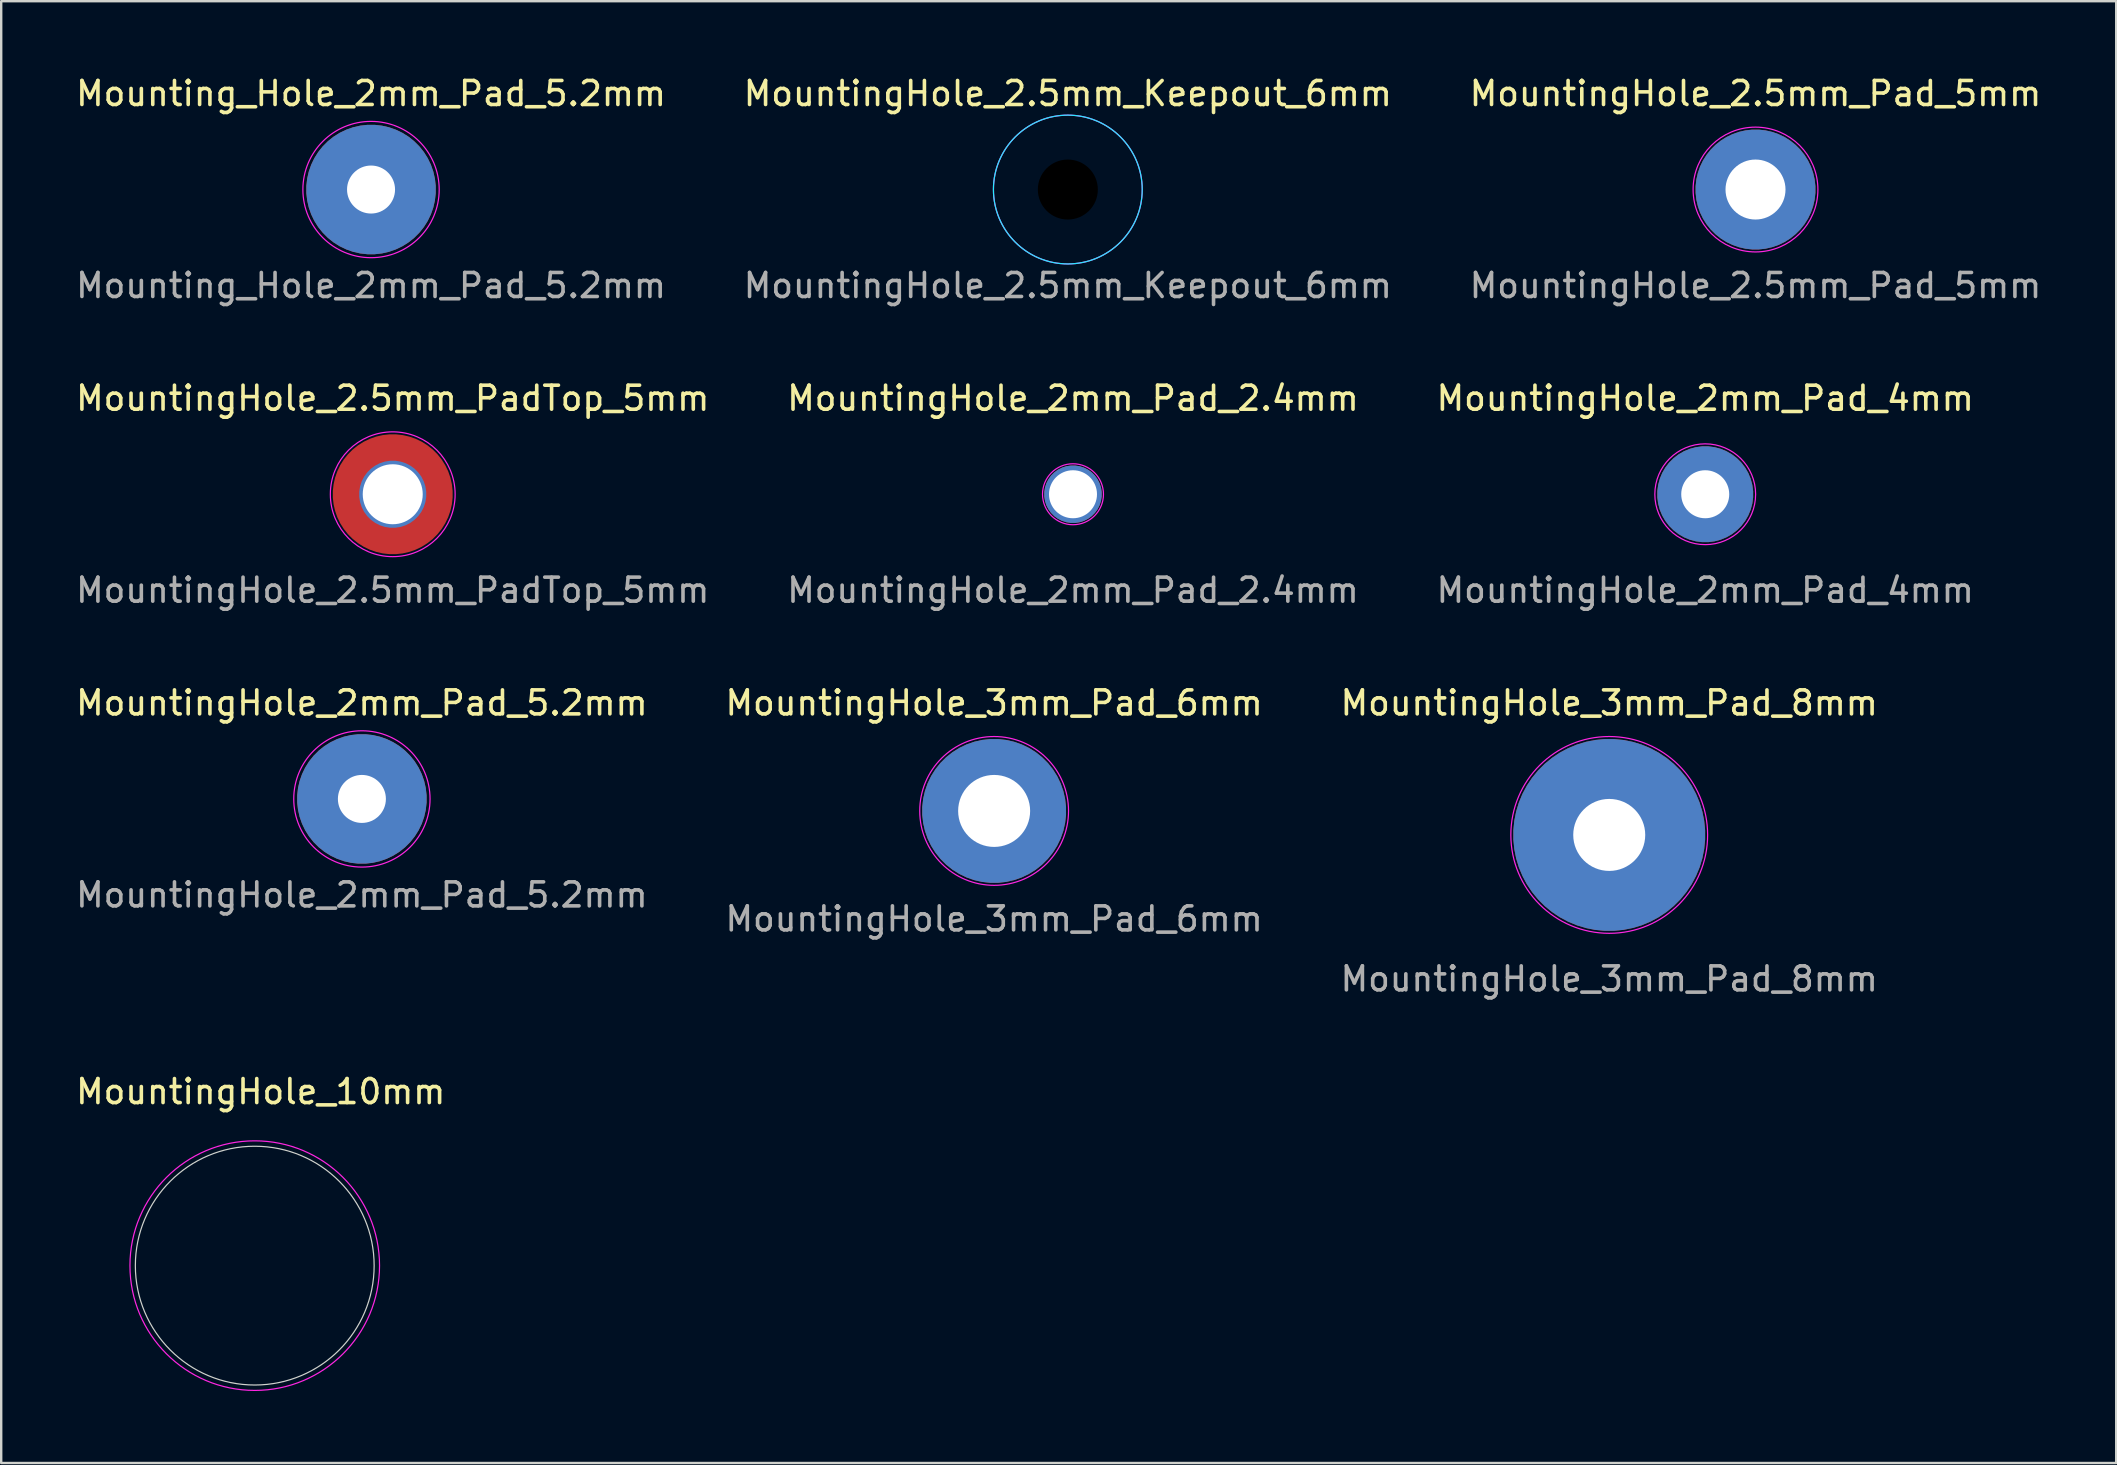
<source format=kicad_pcb>
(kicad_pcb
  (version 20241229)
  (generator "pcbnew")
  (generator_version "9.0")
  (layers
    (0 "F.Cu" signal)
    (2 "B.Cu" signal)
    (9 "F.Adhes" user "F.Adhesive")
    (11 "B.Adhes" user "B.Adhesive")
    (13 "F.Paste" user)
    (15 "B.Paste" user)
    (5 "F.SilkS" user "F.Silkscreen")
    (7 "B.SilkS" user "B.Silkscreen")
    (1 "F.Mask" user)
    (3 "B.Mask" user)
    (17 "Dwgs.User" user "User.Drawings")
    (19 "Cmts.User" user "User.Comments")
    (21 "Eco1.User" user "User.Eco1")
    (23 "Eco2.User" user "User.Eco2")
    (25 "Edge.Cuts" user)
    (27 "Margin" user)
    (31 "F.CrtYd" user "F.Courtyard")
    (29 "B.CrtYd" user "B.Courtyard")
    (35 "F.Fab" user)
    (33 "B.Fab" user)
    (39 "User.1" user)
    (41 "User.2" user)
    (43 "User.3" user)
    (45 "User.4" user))
  (footprint "Mounting_Hole_2mm_Pad_5.2mm"
    (layer "F.Cu")
    (at 12.411 4.848)
    (property "Reference" "Mounting_Hole_2mm_Pad_5.2mm" (at 0 -4 0) (unlocked yes) (layer "F.SilkS") (effects (font (size 1 1) (thickness 0.15))))
    (fp_circle (center 0 0) (end 2.54 1.27) (stroke (width 0.05) (type solid)) (fill no) (layer "F.CrtYd"))
    (fp_text user "${REFERENCE}" (at 0 4 0) (unlocked yes) (layer "F.Fab") (effects (font (size 1 1) (thickness 0.15))))
    (pad "1" thru_hole custom (at 0 0) (size 5.4 5.4) (drill 2) (layers "*.Cu" "*.Mask") (remove_unused_layers yes) (keep_end_layers yes) (zone_layer_connections) (options (anchor circle)) (primitives (gr_bbox (start -0.75 -0.75) (end 0.75 0.75) (fill yes)))))
  (footprint "MountingHole_2.5mm_Keepout_6mm"
    (layer "F.Cu")
    (at 41.446 4.848)
    (property "Reference" "MountingHole_2.5mm_Keepout_6mm" (at 0 -4 0) (unlocked yes) (layer "F.SilkS") (effects (font (size 1 1) (thickness 0.15))))
    (attr exclude_from_pos_files exclude_from_bom)
    (fp_circle (center 0 0) (end 3.1 0) (stroke (width 0.05) (type default)) (fill no) (layer "B.CrtYd"))
    (fp_circle (center 0 0) (end 3.1 0) (stroke (width 0.05) (type default)) (fill no) (layer "F.CrtYd"))
    (fp_text user "${REFERENCE}" (at 0 4 0) (unlocked yes) (layer "F.Fab") (effects (font (size 1 1) (thickness 0.15))))
    (pad "" np_thru_hole circle (at 0 0) (size 2.5 2.5) (drill 2.5) (layers "*.Mask")))
  (footprint "MountingHole_3mm_Pad_6mm"
    (layer "F.Cu")
    (at 38.375 30.741)
    (property "Reference" "MountingHole_3mm_Pad_6mm" (at 0 -4.5 0) (unlocked yes) (layer "F.SilkS") (effects (font (size 1 1) (thickness 0.15))))
    (attr exclude_from_pos_files exclude_from_bom)
    (fp_circle (center 0 0) (end 3.1 0) (stroke (width 0.05) (type solid)) (fill no) (layer "F.CrtYd"))
    (fp_text user "${REFERENCE}" (at 0 4.5 0) (unlocked yes) (layer "F.Fab") (effects (font (size 1 1) (thickness 0.15))))
    (pad "1" thru_hole custom (at 0 0) (size 6 6) (drill 3) (layers "*.Cu" "*.Mask") (remove_unused_layers yes) (keep_end_layers yes) (zone_layer_connections) (options (anchor circle)) (primitives (gr_bbox (start -0.75 -0.75) (end 0.75 0.75) (fill no)))))
  (footprint "MountingHole_2mm_Pad_2.4mm"
    (layer "F.Cu")
    (at 41.661 17.545)
    (property "Reference" "MountingHole_2mm_Pad_2.4mm" (at 0 -4 0) (unlocked yes) (layer "F.SilkS") (effects (font (size 1 1) (thickness 0.15))))
    (fp_circle (center 0 0) (end 1.27 0) (stroke (width 0.05) (type solid)) (fill no) (layer "F.CrtYd"))
    (fp_text user "${REFERENCE}" (at 0 4 0) (unlocked yes) (layer "F.Fab") (effects (font (size 1 1) (thickness 0.15))))
    (pad "1" thru_hole custom (at 0 0) (size 2.4 2.4) (drill 2) (layers "*.Cu" "*.Mask") (remove_unused_layers yes) (keep_end_layers yes) (zone_layer_connections) (options (anchor circle)) (primitives (gr_bbox (start -0.75 -0.75) (end 0.75 0.75) (fill yes)))))
  (footprint "MountingHole_2mm_Pad_5.2mm"
    (layer "F.Cu")
    (at 12.03 30.241)
    (property "Reference" "MountingHole_2mm_Pad_5.2mm" (at 0 -4 0) (unlocked yes) (layer "F.SilkS") (effects (font (size 1 1) (thickness 0.15))))
    (attr exclude_from_pos_files exclude_from_bom)
    (fp_circle (center 0 0) (end 2.54 1.27) (stroke (width 0.05) (type solid)) (fill no) (layer "F.CrtYd"))
    (fp_text user "${REFERENCE}" (at 0 4 0) (unlocked yes) (layer "F.Fab") (effects (font (size 1 1) (thickness 0.15))))
    (pad "1" thru_hole custom (at 0 0) (size 5.4 5.4) (drill 2) (layers "*.Cu" "*.Mask") (remove_unused_layers yes) (keep_end_layers yes) (zone_layer_connections) (options (anchor circle)) (primitives (gr_bbox (start -0.75 -0.75) (end 0.75 0.75) (fill no)))))
  (footprint "MountingHole_2.5mm_PadTop_5mm"
    (layer "F.Cu")
    (at 13.315 17.545)
    (property "Reference" "MountingHole_2.5mm_PadTop_5mm" (at 0 -4 0) (unlocked yes) (layer "F.SilkS") (effects (font (size 1 1) (thickness 0.15))))
    (attr exclude_from_pos_files exclude_from_bom)
    (fp_circle (center 0 0) (end 2.6 0) (stroke (width 0.05) (type solid)) (fill no) (layer "F.CrtYd"))
    (fp_text user "${REFERENCE}" (at 0 4 0) (unlocked yes) (layer "F.Fab") (effects (font (size 1 1) (thickness 0.15))))
    (pad "1" thru_hole custom (at 0 0) (size 2.8 2.8) (drill 2.5) (layers "*.Cu" "*.Mask") (remove_unused_layers yes) (keep_end_layers yes) (zone_layer_connections) (options (anchor circle)) (primitives (gr_bbox (start -0.75 -0.75) (end 0.75 0.75) (fill no))))
    (pad "1" smd custom (at 0 0) (size 5 5) (layers "F.Cu" "F.Mask") (options (anchor circle)) (primitives (gr_bbox (start -0.75 -0.75) (end 0.75 0.75) (fill no)))))
  (footprint "MountingHole_10mm"
    (layer "F.Cu")
    (at 7.565 49.688)
    (property "Reference" "MountingHole_10mm" (at 0.25 -7.25 0) (layer "F.SilkS") (effects (font (size 1 1) (thickness 0.15))))
    (attr exclude_from_pos_files exclude_from_bom)
    (fp_circle (center 0 0) (end 4.975 0) (stroke (width 0.05) (type default)) (fill no) (layer "Edge.Cuts"))
    (fp_circle (center 0 0) (end 5.2 0) (stroke (width 0.05) (type solid)) (fill no) (layer "F.CrtYd")))
  (footprint "MountingHole_2mm_Pad_4mm"
    (layer "F.Cu")
    (at 68.006 17.545)
    (property "Reference" "MountingHole_2mm_Pad_4mm" (at 0 -4 0) (unlocked yes) (layer "F.SilkS") (effects (font (size 1 1) (thickness 0.15))))
    (attr exclude_from_pos_files exclude_from_bom)
    (fp_circle (center 0 0) (end 2.1 0) (stroke (width 0.05) (type solid)) (fill no) (layer "F.CrtYd"))
    (fp_text user "${REFERENCE}" (at 0 4 0) (unlocked yes) (layer "F.Fab") (effects (font (size 1 1) (thickness 0.15))))
    (pad "1" thru_hole custom (at 0 0) (size 4 4) (drill 2) (layers "*.Cu" "*.Mask") (remove_unused_layers yes) (keep_end_layers yes) (zone_layer_connections) (options (anchor circle)) (primitives (gr_bbox (start -0.75 -0.75) (end 0.75 0.75) (fill no)))))
  (footprint "MountingHole_2.5mm_Pad_5mm"
    (layer "F.Cu")
    (at 70.101 4.848)
    (property "Reference" "MountingHole_2.5mm_Pad_5mm" (at 0 -4 0) (unlocked yes) (layer "F.SilkS") (effects (font (size 1 1) (thickness 0.15))))
    (attr exclude_from_pos_files exclude_from_bom)
    (fp_circle (center 0 0) (end 2.6 0) (stroke (width 0.05) (type solid)) (fill no) (layer "F.CrtYd"))
    (fp_text user "${REFERENCE}" (at 0 4 0) (unlocked yes) (layer "F.Fab") (effects (font (size 1 1) (thickness 0.15))))
    (pad "1" thru_hole custom (at 0 0) (size 5 5) (drill 2.5) (layers "*.Cu" "*.Mask") (remove_unused_layers yes) (keep_end_layers yes) (zone_layer_connections) (options (anchor circle)) (primitives (gr_bbox (start -0.75 -0.75) (end 0.75 0.75) (fill no)))))
  (footprint "MountingHole_3mm_Pad_8mm"
    (layer "F.Cu")
    (at 64.006 31.741)
    (property "Reference" "MountingHole_3mm_Pad_8mm" (at 0 -5.5 0) (unlocked yes) (layer "F.SilkS") (effects (font (size 1 1) (thickness 0.15))))
    (attr exclude_from_pos_files exclude_from_bom)
    (fp_circle (center 0 0) (end 4.1 0) (stroke (width 0.05) (type solid)) (fill no) (layer "F.CrtYd"))
    (fp_text user "${REFERENCE}" (at 0 6 0) (unlocked yes) (layer "F.Fab") (effects (font (size 1 1) (thickness 0.15))))
    (pad "1" thru_hole custom (at 0 0) (size 8 8) (drill 3) (layers "*.Cu" "*.Mask") (remove_unused_layers yes) (keep_end_layers yes) (zone_layer_connections) (options (anchor circle)) (primitives (gr_bbox (start -0.75 -0.75) (end 0.75 0.75) (fill no)))))
  (gr_rect
    (start -3 -3)
    (end 85.131 57.913)
    (stroke (width 0.1) (type default))
    (fill no)
    (layer "Edge.Cuts")))
</source>
